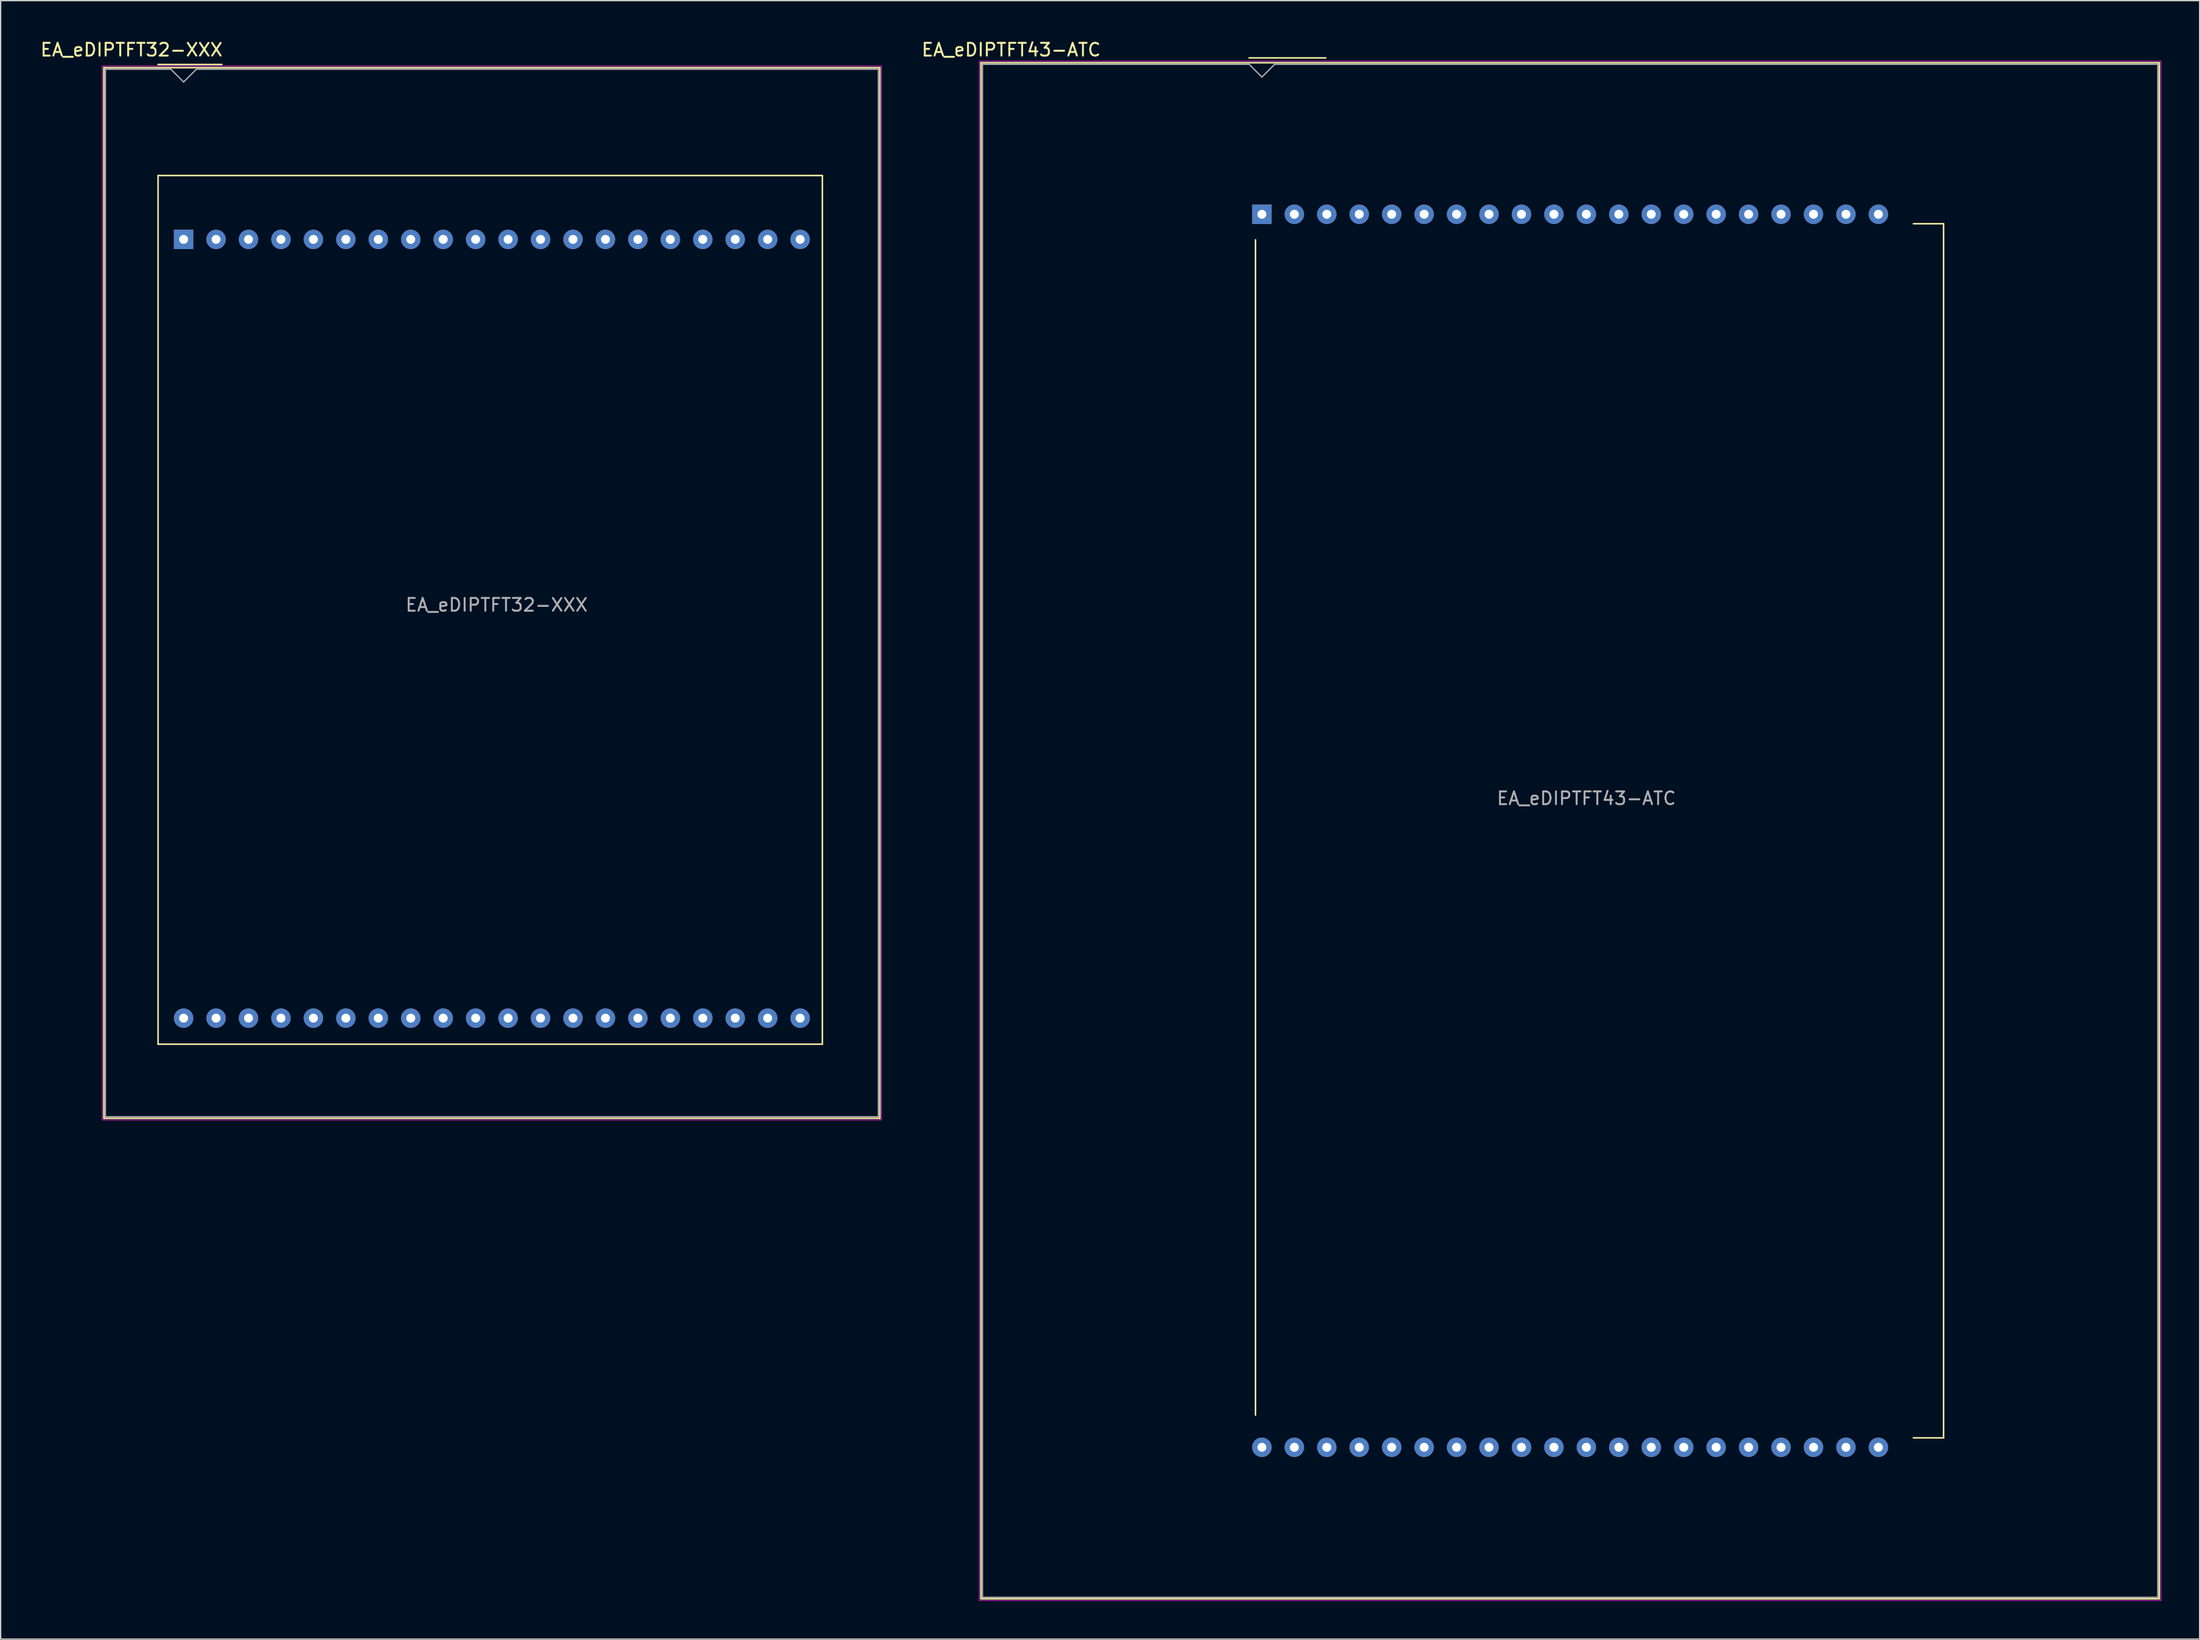
<source format=kicad_pcb>
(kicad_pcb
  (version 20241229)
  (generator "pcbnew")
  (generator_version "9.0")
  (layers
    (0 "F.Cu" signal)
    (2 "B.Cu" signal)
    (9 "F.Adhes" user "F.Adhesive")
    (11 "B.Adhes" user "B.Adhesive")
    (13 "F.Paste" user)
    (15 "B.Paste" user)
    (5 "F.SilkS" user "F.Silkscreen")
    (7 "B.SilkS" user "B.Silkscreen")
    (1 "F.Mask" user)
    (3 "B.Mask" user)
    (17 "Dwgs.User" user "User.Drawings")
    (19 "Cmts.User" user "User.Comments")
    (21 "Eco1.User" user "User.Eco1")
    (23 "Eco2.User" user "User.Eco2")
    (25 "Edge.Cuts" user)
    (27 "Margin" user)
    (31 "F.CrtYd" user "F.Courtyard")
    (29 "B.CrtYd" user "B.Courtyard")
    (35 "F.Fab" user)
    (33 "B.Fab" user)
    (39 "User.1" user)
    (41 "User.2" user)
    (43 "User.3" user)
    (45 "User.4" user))
  (footprint "EA_eDIPTFT32-XXX"
    (layer "F.Cu")
    (at 11.323 15.689)
    (property "Reference" "EA_eDIPTFT32-XXX" (at -4.079 -14.841 0) (layer "F.SilkS") (effects (font (size 1 1) (thickness 0.15))))
    (attr through_hole)
    (fp_line (start -6.24 -13.44) (end -6.24 68.8) (stroke (width 0.12) (type solid)) (layer "F.SilkS"))
    (fp_line (start -6.24 68.8) (end 54.5 68.8) (stroke (width 0.12) (type solid)) (layer "F.SilkS"))
    (fp_line (start -2 -5) (end -2 63) (stroke (width 0.12) (type solid)) (layer "F.SilkS"))
    (fp_line (start -2 63) (end 50 63) (stroke (width 0.12) (type solid)) (layer "F.SilkS"))
    (fp_line (start 3 -13.69) (end -2 -13.69) (stroke (width 0.12) (type solid)) (layer "F.SilkS"))
    (fp_line (start 50 -5) (end -2 -5) (stroke (width 0.12) (type solid)) (layer "F.SilkS"))
    (fp_line (start 50 63) (end 50 -5) (stroke (width 0.12) (type solid)) (layer "F.SilkS"))
    (fp_line (start 54.5 -13.44) (end -6.24 -13.44) (stroke (width 0.12) (type solid)) (layer "F.SilkS"))
    (fp_line (start 54.5 68.8) (end 54.5 -13.44) (stroke (width 0.12) (type solid)) (layer "F.SilkS"))
    (fp_line (start -6.37 -13.57) (end -6.37 68.93) (stroke (width 0.05) (type solid)) (layer "F.CrtYd"))
    (fp_line (start -6.37 68.93) (end 54.63 68.93) (stroke (width 0.05) (type solid)) (layer "F.CrtYd"))
    (fp_line (start 54.63 -13.57) (end -6.37 -13.57) (stroke (width 0.05) (type solid)) (layer "F.CrtYd"))
    (fp_line (start 54.63 68.93) (end 54.63 -13.57) (stroke (width 0.05) (type solid)) (layer "F.CrtYd"))
    (fp_line (start -6.12 -13.32) (end -6.12 68.68) (stroke (width 0.1) (type solid)) (layer "F.Fab"))
    (fp_line (start -6.12 68.68) (end 54.38 68.68) (stroke (width 0.1) (type solid)) (layer "F.Fab"))
    (fp_line (start -1 -13.32) (end -6.12 -13.32) (stroke (width 0.1) (type solid)) (layer "F.Fab"))
    (fp_line (start 0 -12.32) (end -1 -13.32) (stroke (width 0.1) (type solid)) (layer "F.Fab"))
    (fp_line (start 1 -13.32) (end 0 -12.32) (stroke (width 0.1) (type solid)) (layer "F.Fab"))
    (fp_line (start 54.38 -13.32) (end 1 -13.32) (stroke (width 0.1) (type solid)) (layer "F.Fab"))
    (fp_line (start 54.38 68.68) (end 54.38 -13.32) (stroke (width 0.1) (type solid)) (layer "F.Fab"))
    (fp_text user "${REFERENCE}" (at 24.498 28.613 0) (layer "F.Fab") (effects (font (size 1 1) (thickness 0.15))))
    (pad "1" thru_hole rect (at 0 0) (size 1.524 1.524) (drill 0.7) (layers "*.Cu" "*.Mask"))
    (pad "2" thru_hole circle (at 2.54 0 90) (size 1.524 1.524) (drill 0.7) (layers "*.Cu" "*.Mask"))
    (pad "3" thru_hole circle (at 5.08 0 90) (size 1.524 1.524) (drill 0.7) (layers "*.Cu" "*.Mask"))
    (pad "4" thru_hole circle (at 7.62 0 90) (size 1.524 1.524) (drill 0.7) (layers "*.Cu" "*.Mask"))
    (pad "5" thru_hole circle (at 10.16 0 90) (size 1.524 1.524) (drill 0.7) (layers "*.Cu" "*.Mask"))
    (pad "6" thru_hole circle (at 12.7 0 90) (size 1.524 1.524) (drill 0.7) (layers "*.Cu" "*.Mask"))
    (pad "7" thru_hole circle (at 15.24 0 90) (size 1.524 1.524) (drill 0.7) (layers "*.Cu" "*.Mask"))
    (pad "8" thru_hole circle (at 17.78 0 90) (size 1.524 1.524) (drill 0.7) (layers "*.Cu" "*.Mask"))
    (pad "9" thru_hole circle (at 20.32 0 90) (size 1.524 1.524) (drill 0.7) (layers "*.Cu" "*.Mask"))
    (pad "10" thru_hole circle (at 22.86 0 90) (size 1.524 1.524) (drill 0.7) (layers "*.Cu" "*.Mask"))
    (pad "11" thru_hole circle (at 25.4 0 90) (size 1.524 1.524) (drill 0.7) (layers "*.Cu" "*.Mask"))
    (pad "12" thru_hole circle (at 27.94 0 90) (size 1.524 1.524) (drill 0.7) (layers "*.Cu" "*.Mask"))
    (pad "13" thru_hole circle (at 30.48 0 90) (size 1.524 1.524) (drill 0.7) (layers "*.Cu" "*.Mask"))
    (pad "14" thru_hole circle (at 33.02 0 90) (size 1.524 1.524) (drill 0.7) (layers "*.Cu" "*.Mask"))
    (pad "15" thru_hole circle (at 35.56 0 90) (size 1.524 1.524) (drill 0.7) (layers "*.Cu" "*.Mask"))
    (pad "16" thru_hole circle (at 38.1 0 90) (size 1.524 1.524) (drill 0.7) (layers "*.Cu" "*.Mask"))
    (pad "17" thru_hole circle (at 40.64 0 90) (size 1.524 1.524) (drill 0.7) (layers "*.Cu" "*.Mask"))
    (pad "18" thru_hole circle (at 43.18 0 90) (size 1.524 1.524) (drill 0.7) (layers "*.Cu" "*.Mask"))
    (pad "19" thru_hole circle (at 45.72 0 90) (size 1.524 1.524) (drill 0.7) (layers "*.Cu" "*.Mask"))
    (pad "20" thru_hole circle (at 48.26 0 90) (size 1.524 1.524) (drill 0.7) (layers "*.Cu" "*.Mask"))
    (pad "21" thru_hole circle (at 48.26 60.96 90) (size 1.524 1.524) (drill 0.7) (layers "*.Cu" "*.Mask"))
    (pad "22" thru_hole circle (at 45.72 60.96 90) (size 1.524 1.524) (drill 0.7) (layers "*.Cu" "*.Mask"))
    (pad "23" thru_hole circle (at 43.18 60.96 90) (size 1.524 1.524) (drill 0.7) (layers "*.Cu" "*.Mask"))
    (pad "24" thru_hole circle (at 40.64 60.96 90) (size 1.524 1.524) (drill 0.7) (layers "*.Cu" "*.Mask"))
    (pad "25" thru_hole circle (at 38.1 60.96 90) (size 1.524 1.524) (drill 0.7) (layers "*.Cu" "*.Mask"))
    (pad "26" thru_hole circle (at 35.56 60.96 90) (size 1.524 1.524) (drill 0.7) (layers "*.Cu" "*.Mask"))
    (pad "27" thru_hole circle (at 33.02 60.96 90) (size 1.524 1.524) (drill 0.7) (layers "*.Cu" "*.Mask"))
    (pad "28" thru_hole circle (at 30.48 60.96 90) (size 1.524 1.524) (drill 0.7) (layers "*.Cu" "*.Mask"))
    (pad "29" thru_hole circle (at 27.94 60.96 90) (size 1.524 1.524) (drill 0.7) (layers "*.Cu" "*.Mask"))
    (pad "30" thru_hole circle (at 25.4 60.96 90) (size 1.524 1.524) (drill 0.7) (layers "*.Cu" "*.Mask"))
    (pad "31" thru_hole circle (at 22.86 60.96 90) (size 1.524 1.524) (drill 0.7) (layers "*.Cu" "*.Mask"))
    (pad "32" thru_hole circle (at 20.32 60.96 90) (size 1.524 1.524) (drill 0.7) (layers "*.Cu" "*.Mask"))
    (pad "33" thru_hole circle (at 17.78 60.96 90) (size 1.524 1.524) (drill 0.7) (layers "*.Cu" "*.Mask"))
    (pad "34" thru_hole circle (at 15.24 60.96 90) (size 1.524 1.524) (drill 0.7) (layers "*.Cu" "*.Mask"))
    (pad "35" thru_hole circle (at 12.7 60.96 90) (size 1.524 1.524) (drill 0.7) (layers "*.Cu" "*.Mask"))
    (pad "36" thru_hole circle (at 10.16 60.96 90) (size 1.524 1.524) (drill 0.7) (layers "*.Cu" "*.Mask"))
    (pad "37" thru_hole circle (at 7.62 60.96 90) (size 1.524 1.524) (drill 0.7) (layers "*.Cu" "*.Mask"))
    (pad "38" thru_hole circle (at 5.08 60.96 90) (size 1.524 1.524) (drill 0.7) (layers "*.Cu" "*.Mask"))
    (pad "39" thru_hole circle (at 2.54 60.96 90) (size 1.524 1.524) (drill 0.7) (layers "*.Cu" "*.Mask"))
    (pad "40" thru_hole circle (at 0 60.96 90) (size 1.524 1.524) (drill 0.7) (layers "*.Cu" "*.Mask")))
  (footprint "EA_eDIPTFT43-ATC"
    (layer "F.Cu")
    (at 95.728 13.723)
    (property "Reference" "EA_eDIPTFT43-ATC" (at -19.625 -12.875 0) (layer "F.SilkS") (effects (font (size 1 1) (thickness 0.15))))
    (attr through_hole)
    (fp_line (start -21.99 -11.86) (end 70.25 -11.86) (stroke (width 0.12) (type solid)) (layer "F.SilkS"))
    (fp_line (start -21.99 108.38) (end -21.99 -11.86) (stroke (width 0.12) (type solid)) (layer "F.SilkS"))
    (fp_line (start -1 -12.24) (end 5 -12.24) (stroke (width 0.12) (type solid)) (layer "F.SilkS"))
    (fp_line (start -0.5 94) (end -0.5 2) (stroke (width 0.12) (type solid)) (layer "F.SilkS"))
    (fp_line (start 53.35 0.74) (end 51 0.74) (stroke (width 0.12) (type solid)) (layer "F.SilkS"))
    (fp_line (start 53.36 0.74) (end 53.36 95.78) (stroke (width 0.12) (type solid)) (layer "F.SilkS"))
    (fp_line (start 53.36 95.78) (end 51 95.78) (stroke (width 0.12) (type solid)) (layer "F.SilkS"))
    (fp_line (start 70.25 -11.86) (end 70.25 108.38) (stroke (width 0.12) (type solid)) (layer "F.SilkS"))
    (fp_line (start 70.25 108.38) (end -21.99 108.38) (stroke (width 0.12) (type solid)) (layer "F.SilkS"))
    (fp_line (start -22.12 -11.99) (end 70.38 -11.99) (stroke (width 0.05) (type solid)) (layer "F.CrtYd"))
    (fp_line (start -22.12 108.51) (end -22.12 -11.99) (stroke (width 0.05) (type solid)) (layer "F.CrtYd"))
    (fp_line (start 70.38 -11.99) (end 70.38 108.51) (stroke (width 0.05) (type solid)) (layer "F.CrtYd"))
    (fp_line (start 70.38 108.51) (end -22.12 108.51) (stroke (width 0.05) (type solid)) (layer "F.CrtYd"))
    (fp_line (start -21.87 -11.74) (end -1 -11.74) (stroke (width 0.1) (type solid)) (layer "F.Fab"))
    (fp_line (start -21.87 108.26) (end -21.87 -11.74) (stroke (width 0.1) (type solid)) (layer "F.Fab"))
    (fp_line (start -1 -11.74) (end 0 -10.74) (stroke (width 0.1) (type solid)) (layer "F.Fab"))
    (fp_line (start 0 -10.74) (end 1 -11.74) (stroke (width 0.1) (type solid)) (layer "F.Fab"))
    (fp_line (start 1 -11.74) (end 70.13 -11.74) (stroke (width 0.1) (type solid)) (layer "F.Fab"))
    (fp_line (start 70.13 -11.74) (end 70.13 108.26) (stroke (width 0.1) (type solid)) (layer "F.Fab"))
    (fp_line (start 70.13 108.26) (end -21.87 108.26) (stroke (width 0.1) (type solid)) (layer "F.Fab"))
    (fp_text user "${REFERENCE}" (at 25.4 45.72 0) (layer "F.Fab") (effects (font (size 1 1) (thickness 0.15))))
    (pad "1" thru_hole rect (at 0 0) (size 1.524 1.524) (drill 0.7) (layers "*.Cu" "*.Mask"))
    (pad "2" thru_hole circle (at 2.54 0) (size 1.524 1.524) (drill 0.7) (layers "*.Cu" "*.Mask"))
    (pad "3" thru_hole circle (at 5.08 0) (size 1.524 1.524) (drill 0.7) (layers "*.Cu" "*.Mask"))
    (pad "4" thru_hole circle (at 7.62 0) (size 1.524 1.524) (drill 0.7) (layers "*.Cu" "*.Mask"))
    (pad "5" thru_hole circle (at 10.16 0) (size 1.524 1.524) (drill 0.7) (layers "*.Cu" "*.Mask"))
    (pad "6" thru_hole circle (at 12.7 0) (size 1.524 1.524) (drill 0.7) (layers "*.Cu" "*.Mask"))
    (pad "7" thru_hole circle (at 15.24 0) (size 1.524 1.524) (drill 0.7) (layers "*.Cu" "*.Mask"))
    (pad "8" thru_hole circle (at 17.78 0) (size 1.524 1.524) (drill 0.7) (layers "*.Cu" "*.Mask"))
    (pad "9" thru_hole circle (at 20.32 0) (size 1.524 1.524) (drill 0.7) (layers "*.Cu" "*.Mask"))
    (pad "10" thru_hole circle (at 22.86 0) (size 1.524 1.524) (drill 0.7) (layers "*.Cu" "*.Mask"))
    (pad "11" thru_hole circle (at 25.4 0) (size 1.524 1.524) (drill 0.7) (layers "*.Cu" "*.Mask"))
    (pad "12" thru_hole circle (at 27.94 0) (size 1.524 1.524) (drill 0.7) (layers "*.Cu" "*.Mask"))
    (pad "13" thru_hole circle (at 30.48 0) (size 1.524 1.524) (drill 0.7) (layers "*.Cu" "*.Mask"))
    (pad "14" thru_hole circle (at 33.02 0) (size 1.524 1.524) (drill 0.7) (layers "*.Cu" "*.Mask"))
    (pad "15" thru_hole circle (at 35.56 0) (size 1.524 1.524) (drill 0.7) (layers "*.Cu" "*.Mask"))
    (pad "16" thru_hole circle (at 38.1 0) (size 1.524 1.524) (drill 0.7) (layers "*.Cu" "*.Mask"))
    (pad "17" thru_hole circle (at 40.64 0) (size 1.524 1.524) (drill 0.7) (layers "*.Cu" "*.Mask"))
    (pad "18" thru_hole circle (at 43.18 0) (size 1.524 1.524) (drill 0.7) (layers "*.Cu" "*.Mask"))
    (pad "19" thru_hole circle (at 45.72 0) (size 1.524 1.524) (drill 0.7) (layers "*.Cu" "*.Mask"))
    (pad "20" thru_hole circle (at 48.26 0) (size 1.524 1.524) (drill 0.7) (layers "*.Cu" "*.Mask"))
    (pad "21" thru_hole circle (at 48.26 96.52) (size 1.524 1.524) (drill 0.7) (layers "*.Cu" "*.Mask"))
    (pad "22" thru_hole circle (at 45.72 96.52) (size 1.524 1.524) (drill 0.7) (layers "*.Cu" "*.Mask"))
    (pad "23" thru_hole circle (at 43.18 96.52) (size 1.524 1.524) (drill 0.7) (layers "*.Cu" "*.Mask"))
    (pad "24" thru_hole circle (at 40.64 96.52) (size 1.524 1.524) (drill 0.7) (layers "*.Cu" "*.Mask"))
    (pad "25" thru_hole circle (at 38.1 96.52) (size 1.524 1.524) (drill 0.7) (layers "*.Cu" "*.Mask"))
    (pad "26" thru_hole circle (at 35.56 96.52) (size 1.524 1.524) (drill 0.7) (layers "*.Cu" "*.Mask"))
    (pad "27" thru_hole circle (at 33.02 96.52) (size 1.524 1.524) (drill 0.7) (layers "*.Cu" "*.Mask"))
    (pad "28" thru_hole circle (at 30.48 96.52) (size 1.524 1.524) (drill 0.7) (layers "*.Cu" "*.Mask"))
    (pad "29" thru_hole circle (at 27.94 96.52) (size 1.524 1.524) (drill 0.7) (layers "*.Cu" "*.Mask"))
    (pad "30" thru_hole circle (at 25.4 96.52) (size 1.524 1.524) (drill 0.7) (layers "*.Cu" "*.Mask"))
    (pad "31" thru_hole circle (at 22.86 96.52) (size 1.524 1.524) (drill 0.7) (layers "*.Cu" "*.Mask"))
    (pad "32" thru_hole circle (at 20.32 96.52) (size 1.524 1.524) (drill 0.7) (layers "*.Cu" "*.Mask"))
    (pad "33" thru_hole circle (at 17.78 96.52) (size 1.524 1.524) (drill 0.7) (layers "*.Cu" "*.Mask"))
    (pad "34" thru_hole circle (at 15.24 96.52) (size 1.524 1.524) (drill 0.7) (layers "*.Cu" "*.Mask"))
    (pad "35" thru_hole circle (at 12.7 96.52) (size 1.524 1.524) (drill 0.7) (layers "*.Cu" "*.Mask"))
    (pad "36" thru_hole circle (at 10.16 96.52) (size 1.524 1.524) (drill 0.7) (layers "*.Cu" "*.Mask"))
    (pad "37" thru_hole circle (at 7.62 96.52) (size 1.524 1.524) (drill 0.7) (layers "*.Cu" "*.Mask"))
    (pad "38" thru_hole circle (at 5.08 96.52) (size 1.524 1.524) (drill 0.7) (layers "*.Cu" "*.Mask"))
    (pad "39" thru_hole circle (at 2.54 96.52) (size 1.524 1.524) (drill 0.7) (layers "*.Cu" "*.Mask"))
    (pad "40" thru_hole circle (at 0 96.52) (size 1.524 1.524) (drill 0.7) (layers "*.Cu" "*.Mask")))
  (gr_rect
    (start -3 -3)
    (end 169.133 125.258)
    (stroke (width 0.1) (type default))
    (fill no)
    (layer "Edge.Cuts")))
</source>
